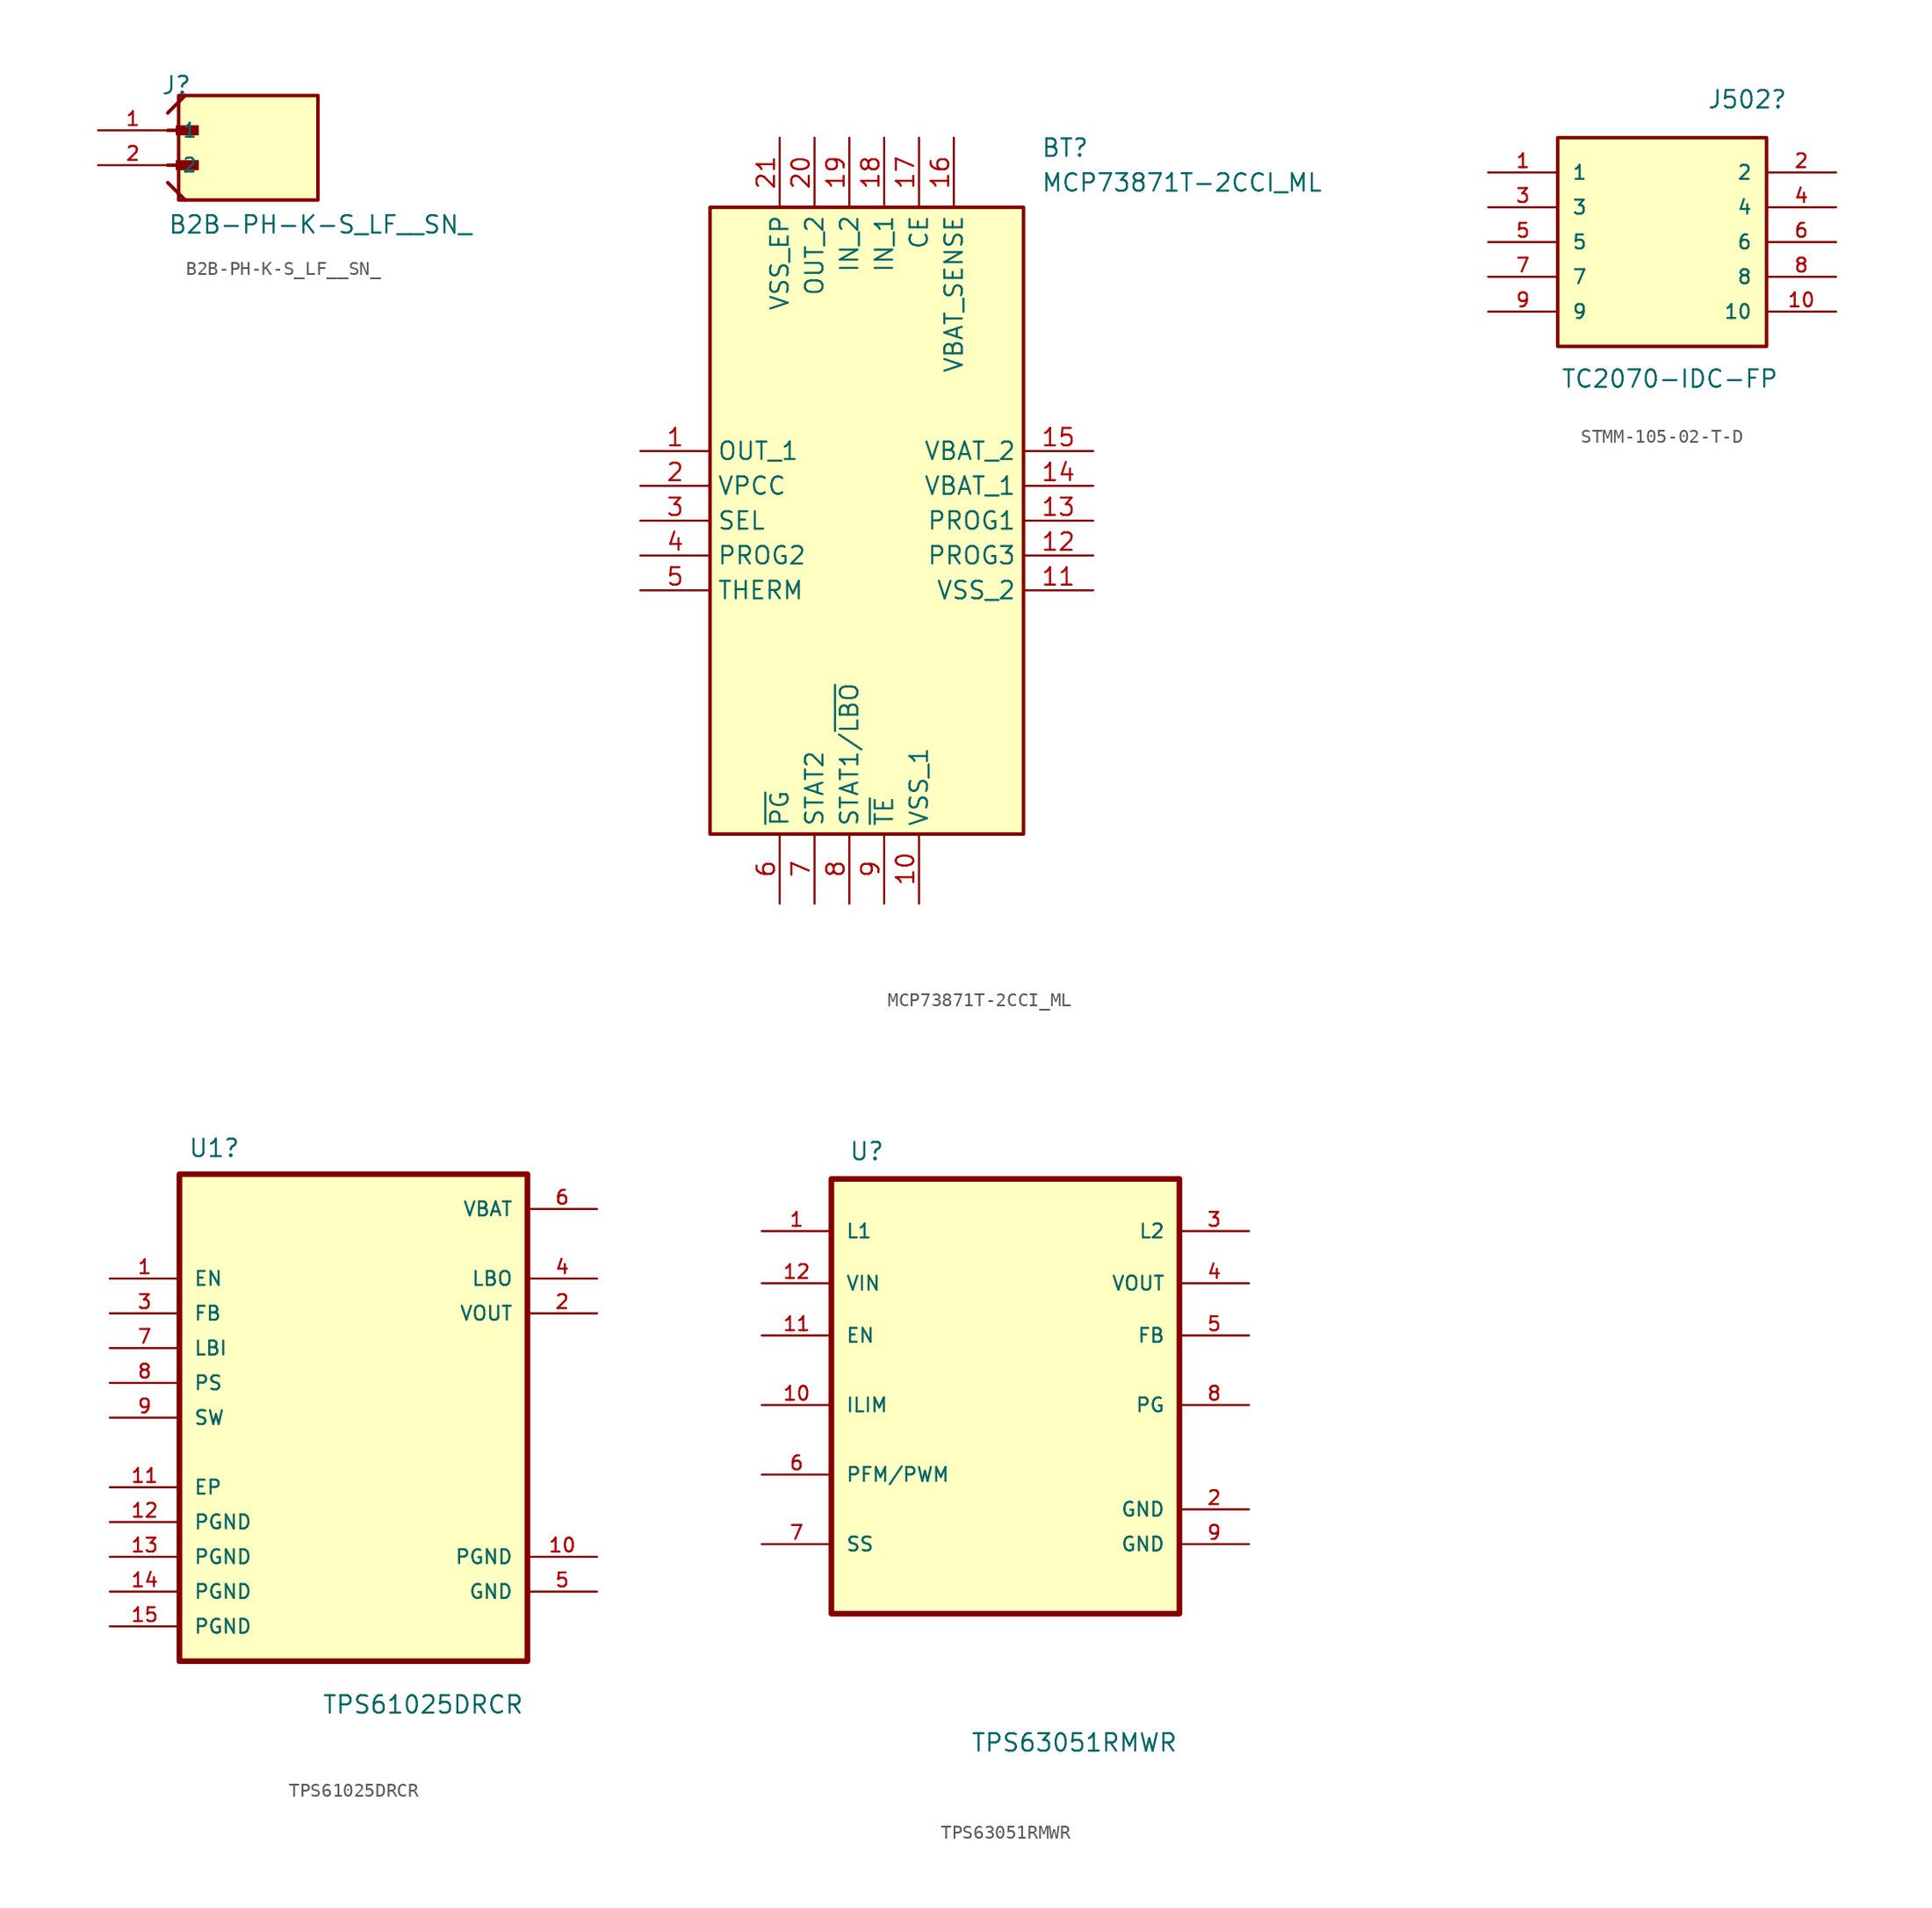
<source format=kicad_sym>
(kicad_symbol_lib
  (version 20220914)
  (generator kicad_symbol_editor)
  (symbol "B2B-PH-K-S_LF__SN_"
    (pin_names
      (offset 1.016))
    (property "Reference" "J"
      (at -5.58 5.08 0)
      (effects (font (size 1.27 1.27)) (justify left bottom)))
    (property "Value" "B2B-PH-K-S_LF__SN_"
      (at -5.08 -5.08 0)
      (effects (font (size 1.27 1.27)) (justify left bottom)))
    (symbol "B2B-PH-K-S_LF__SN__0_0"
      (rectangle (start -4.445 -0.318) (end -2.857 0.318) (stroke (width 0.1) (type default)) (fill (type outline)))
      (rectangle (start -4.445 2.223) (end -2.857 2.857) (stroke (width 0.1) (type default)) (fill (type outline)))
      (rectangle (start -4.286 -2.54) (end 5.874 5.08) (stroke (width 0.254) (type default)) (fill (type background)))
      (polyline (pts (xy -5.08 -1.27) (xy -3.81 -2.54)) (stroke (width 0.254) (type default)) (fill (type none)))
      (polyline (pts (xy -5.08 0) (xy -3.175 0)) (stroke (width 0.254) (type default)) (fill (type none)))
      (polyline (pts (xy -5.08 2.54) (xy -3.175 2.54)) (stroke (width 0.254) (type default)) (fill (type none)))
      (polyline (pts (xy -5.08 3.81) (xy -3.81 5.08)) (stroke (width 0.254) (type default)) (fill (type none)))
      (pin passive line (at -10.16 2.54 0) (length 5.08) (name "1" (effects (font (size 1.016 1.016)))) (number "1" (effects (font (size 1.016 1.016)))))
      (pin passive line (at -10.16 0 0) (length 5.08) (name "2" (effects (font (size 1.016 1.016)))) (number "2" (effects (font (size 1.016 1.016)))))))
  (symbol "MCP73871T-2CCI_ML"
    (property "Reference" "BT"
      (at 29.21 22.86 0)
      (effects (font (size 1.27 1.27)) (justify left top)))
    (property "Value" "MCP73871T-2CCI_ML"
      (at 29.21 20.32 0)
      (effects (font (size 1.27 1.27)) (justify left top)))
    (symbol "MCP73871T-2CCI_ML_1_1"
      (rectangle (start 5.08 17.78) (end 27.94 -27.94) (stroke (width 0.254) (type default)) (fill (type background)))
      (pin power_out line (at 0 0 0) (length 5.08) (name "OUT_1" (effects (font (size 1.27 1.27)))) (number "1" (effects (font (size 1.27 1.27)))))
      (pin power_in line (at 20.32 -33.02 90) (length 5.08) (name "VSS_1" (effects (font (size 1.27 1.27)))) (number "10" (effects (font (size 1.27 1.27)))))
      (pin power_in line (at 33.02 -10.16 180) (length 5.08) (name "VSS_2" (effects (font (size 1.27 1.27)))) (number "11" (effects (font (size 1.27 1.27)))))
      (pin passive line (at 33.02 -7.62 180) (length 5.08) (name "PROG3" (effects (font (size 1.27 1.27)))) (number "12" (effects (font (size 1.27 1.27)))))
      (pin passive line (at 33.02 -5.08 180) (length 5.08) (name "PROG1" (effects (font (size 1.27 1.27)))) (number "13" (effects (font (size 1.27 1.27)))))
      (pin passive line (at 33.02 -2.54 180) (length 5.08) (name "VBAT_1" (effects (font (size 1.27 1.27)))) (number "14" (effects (font (size 1.27 1.27)))))
      (pin passive line (at 33.02 0 180) (length 5.08) (name "VBAT_2" (effects (font (size 1.27 1.27)))) (number "15" (effects (font (size 1.27 1.27)))))
      (pin passive line (at 22.86 22.86 270) (length 5.08) (name "VBAT_SENSE" (effects (font (size 1.27 1.27)))) (number "16" (effects (font (size 1.27 1.27)))))
      (pin passive line (at 20.32 22.86 270) (length 5.08) (name "CE" (effects (font (size 1.27 1.27)))) (number "17" (effects (font (size 1.27 1.27)))))
      (pin input line (at 17.78 22.86 270) (length 5.08) (name "IN_1" (effects (font (size 1.27 1.27)))) (number "18" (effects (font (size 1.27 1.27)))))
      (pin input line (at 15.24 22.86 270) (length 5.08) (name "IN_2" (effects (font (size 1.27 1.27)))) (number "19" (effects (font (size 1.27 1.27)))))
      (pin passive line (at 0 -2.54 0) (length 5.08) (name "VPCC" (effects (font (size 1.27 1.27)))) (number "2" (effects (font (size 1.27 1.27)))))
      (pin power_out line (at 12.7 22.86 270) (length 5.08) (name "OUT_2" (effects (font (size 1.27 1.27)))) (number "20" (effects (font (size 1.27 1.27)))))
      (pin power_in line (at 10.16 22.86 270) (length 5.08) (name "VSS_EP" (effects (font (size 1.27 1.27)))) (number "21" (effects (font (size 1.27 1.27)))))
      (pin passive line (at 0 -5.08 0) (length 5.08) (name "SEL" (effects (font (size 1.27 1.27)))) (number "3" (effects (font (size 1.27 1.27)))))
      (pin passive line (at 0 -7.62 0) (length 5.08) (name "PROG2" (effects (font (size 1.27 1.27)))) (number "4" (effects (font (size 1.27 1.27)))))
      (pin passive line (at 0 -10.16 0) (length 5.08) (name "THERM" (effects (font (size 1.27 1.27)))) (number "5" (effects (font (size 1.27 1.27)))))
      (pin passive line (at 10.16 -33.02 90) (length 5.08) (name "~{PG}" (effects (font (size 1.27 1.27)))) (number "6" (effects (font (size 1.27 1.27)))))
      (pin passive line (at 12.7 -33.02 90) (length 5.08) (name "STAT2" (effects (font (size 1.27 1.27)))) (number "7" (effects (font (size 1.27 1.27)))))
      (pin passive line (at 15.24 -33.02 90) (length 5.08) (name "STAT1/~{LBO}" (effects (font (size 1.27 1.27)))) (number "8" (effects (font (size 1.27 1.27)))))
      (pin passive line (at 17.78 -33.02 90) (length 5.08) (name "~{TE}" (effects (font (size 1.27 1.27)))) (number "9" (effects (font (size 1.27 1.27)))))))
  (symbol "STMM-105-02-T-D"
    (pin_names
      (offset 1.016))
    (property "Reference" "J502"
      (at 6.218 10.412 0)
      (effects (font (size 1.27 1.27))))
    (property "Value" "TC2070-IDC-FP"
      (at 0.561 -9.989 0)
      (effects (font (size 1.27 1.27))))
    (symbol "STMM-105-02-T-D_0_0"
      (rectangle (start -7.62 -7.62) (end 7.62 7.62) (stroke (width 0.254) (type default)) (fill (type background)))
      (pin passive line (at 12.7 -5.08 180) (length 5.08) (name "10" (effects (font (size 1.016 1.016)))) (number "10" (effects (font (size 1.016 1.016))))))
    (symbol "STMM-105-02-T-D_1_0"
      (pin passive line (at -12.7 5.08 0) (length 5.08) (name "1" (effects (font (size 1.016 1.016)))) (number "1" (effects (font (size 1.016 1.016)))))
      (pin passive line (at 12.7 5.08 180) (length 5.08) (name "2" (effects (font (size 1.016 1.016)))) (number "2" (effects (font (size 1.016 1.016)))))
      (pin passive line (at -12.7 2.54 0) (length 5.08) (name "3" (effects (font (size 1.016 1.016)))) (number "3" (effects (font (size 1.016 1.016)))))
      (pin passive line (at 12.7 2.54 180) (length 5.08) (name "4" (effects (font (size 1.016 1.016)))) (number "4" (effects (font (size 1.016 1.016)))))
      (pin passive line (at -12.7 0 0) (length 5.08) (name "5" (effects (font (size 1.016 1.016)))) (number "5" (effects (font (size 1.016 1.016)))))
      (pin passive line (at 12.7 0 180) (length 5.08) (name "6" (effects (font (size 1.016 1.016)))) (number "6" (effects (font (size 1.016 1.016)))))
      (pin passive line (at -12.7 -2.54 0) (length 5.08) (name "7" (effects (font (size 1.016 1.016)))) (number "7" (effects (font (size 1.016 1.016)))))
      (pin passive line (at 12.7 -2.54 180) (length 5.08) (name "8" (effects (font (size 1.016 1.016)))) (number "8" (effects (font (size 1.016 1.016)))))
      (pin passive line (at -12.7 -5.08 0) (length 5.08) (name "9" (effects (font (size 1.016 1.016)))) (number "9" (effects (font (size 1.016 1.016)))))))
  (symbol "TPS61025DRCR"
    (pin_names
      (offset 1.016))
    (property "Reference" "U1"
      (at -10.16 19.685 0)
      (effects (font (size 1.27 1.27))))
    (property "Value" "TPS61025DRCR"
      (at 5.08 -20.955 0)
      (effects (font (size 1.27 1.27))))
    (symbol "TPS61025DRCR_0_0"
      (rectangle (start -12.7 17.78) (end 12.7 -17.78) (stroke (width 0.41) (type default)) (fill (type background)))
      (pin input line (at -17.78 10.16 0) (length 5.08) (name "EN" (effects (font (size 1.016 1.016)))) (number "1" (effects (font (size 1.016 1.016)))))
      (pin power_in line (at 17.78 -10.16 180) (length 5.08) (name "PGND" (effects (font (size 1.016 1.016)))) (number "10" (effects (font (size 1.016 1.016)))))
      (pin power_in line (at -17.78 -7.62 0) (length 5.08) (name "PGND" (effects (font (size 1.016 1.016)))) (number "12" (effects (font (size 1.016 1.016)))))
      (pin power_in line (at -17.78 -10.16 0) (length 5.08) (name "PGND" (effects (font (size 1.016 1.016)))) (number "13" (effects (font (size 1.016 1.016)))))
      (pin power_in line (at -17.78 -12.7 0) (length 5.08) (name "PGND" (effects (font (size 1.016 1.016)))) (number "14" (effects (font (size 1.016 1.016)))))
      (pin power_in line (at -17.78 -15.24 0) (length 5.08) (name "PGND" (effects (font (size 1.016 1.016)))) (number "15" (effects (font (size 1.016 1.016)))))
      (pin input line (at -17.78 7.62 0) (length 5.08) (name "FB" (effects (font (size 1.016 1.016)))) (number "3" (effects (font (size 1.016 1.016)))))
      (pin output line (at 17.78 10.16 180) (length 5.08) (name "LBO" (effects (font (size 1.016 1.016)))) (number "4" (effects (font (size 1.016 1.016)))))
      (pin power_in line (at 17.78 -12.7 180) (length 5.08) (name "GND" (effects (font (size 1.016 1.016)))) (number "5" (effects (font (size 1.016 1.016)))))
      (pin input line (at -17.78 5.08 0) (length 5.08) (name "LBI" (effects (font (size 1.016 1.016)))) (number "7" (effects (font (size 1.016 1.016)))))
      (pin input line (at -17.78 2.54 0) (length 5.08) (name "PS" (effects (font (size 1.016 1.016)))) (number "8" (effects (font (size 1.016 1.016)))))
      (pin input line (at -17.78 0 0) (length 5.08) (name "SW" (effects (font (size 1.016 1.016)))) (number "9" (effects (font (size 1.016 1.016))))))
    (symbol "TPS61025DRCR_1_0"
      (pin power_in line (at -17.78 -5.08 0) (length 5.08) (name "EP" (effects (font (size 1.016 1.016)))) (number "11" (effects (font (size 1.016 1.016)))))
      (pin power_out line (at 17.78 7.62 180) (length 5.08) (name "VOUT" (effects (font (size 1.016 1.016)))) (number "2" (effects (font (size 1.016 1.016)))))
      (pin input line (at 17.78 15.24 180) (length 5.08) (name "VBAT" (effects (font (size 1.016 1.016)))) (number "6" (effects (font (size 1.016 1.016)))))))
  (symbol "TPS63051RMWR"
    (pin_names
      (offset 1.016))
    (property "Reference" "U"
      (at -11.43 20.32 0)
      (effects (font (size 1.27 1.27)) (justify left bottom)))
    (property "Value" "TPS63051RMWR"
      (at -2.54 -22.86 0)
      (effects (font (size 1.27 1.27)) (justify left bottom)))
    (symbol "TPS63051RMWR_0_0"
      (rectangle (start -12.7 19.05) (end 12.7 -12.7) (stroke (width 0.41) (type default)) (fill (type background)))
      (pin bidirectional line (at -17.78 15.24 0) (length 5.08) (name "L1" (effects (font (size 1.016 1.016)))) (number "1" (effects (font (size 1.016 1.016)))))
      (pin input line (at -17.78 7.62 0) (length 5.08) (name "EN" (effects (font (size 1.016 1.016)))) (number "11" (effects (font (size 1.016 1.016)))))
      (pin input line (at -17.78 11.43 0) (length 5.08) (name "VIN" (effects (font (size 1.016 1.016)))) (number "12" (effects (font (size 1.016 1.016)))))
      (pin power_in line (at 17.78 -5.08 180) (length 5.08) (name "GND" (effects (font (size 1.016 1.016)))) (number "2" (effects (font (size 1.016 1.016)))))
      (pin bidirectional line (at 17.78 15.24 180) (length 5.08) (name "L2" (effects (font (size 1.016 1.016)))) (number "3" (effects (font (size 1.016 1.016)))))
      (pin input line (at 17.78 7.62 180) (length 5.08) (name "FB" (effects (font (size 1.016 1.016)))) (number "5" (effects (font (size 1.016 1.016)))))
      (pin input line (at -17.78 -2.54 0) (length 5.08) (name "PFM/PWM" (effects (font (size 1.016 1.016)))) (number "6" (effects (font (size 1.016 1.016)))))
      (pin input line (at -17.78 -7.62 0) (length 5.08) (name "SS" (effects (font (size 1.016 1.016)))) (number "7" (effects (font (size 1.016 1.016)))))
      (pin output line (at 17.78 2.54 180) (length 5.08) (name "PG" (effects (font (size 1.016 1.016)))) (number "8" (effects (font (size 1.016 1.016)))))
      (pin power_in line (at 17.78 -7.62 180) (length 5.08) (name "GND" (effects (font (size 1.016 1.016)))) (number "9" (effects (font (size 1.016 1.016))))))
    (symbol "TPS63051RMWR_1_0"
      (pin input line (at -17.78 2.54 0) (length 5.08) (name "ILIM" (effects (font (size 1.016 1.016)))) (number "10" (effects (font (size 1.016 1.016)))))
      (pin power_out line (at 17.78 11.43 180) (length 5.08) (name "VOUT" (effects (font (size 1.016 1.016)))) (number "4" (effects (font (size 1.016 1.016))))))))
</source>
